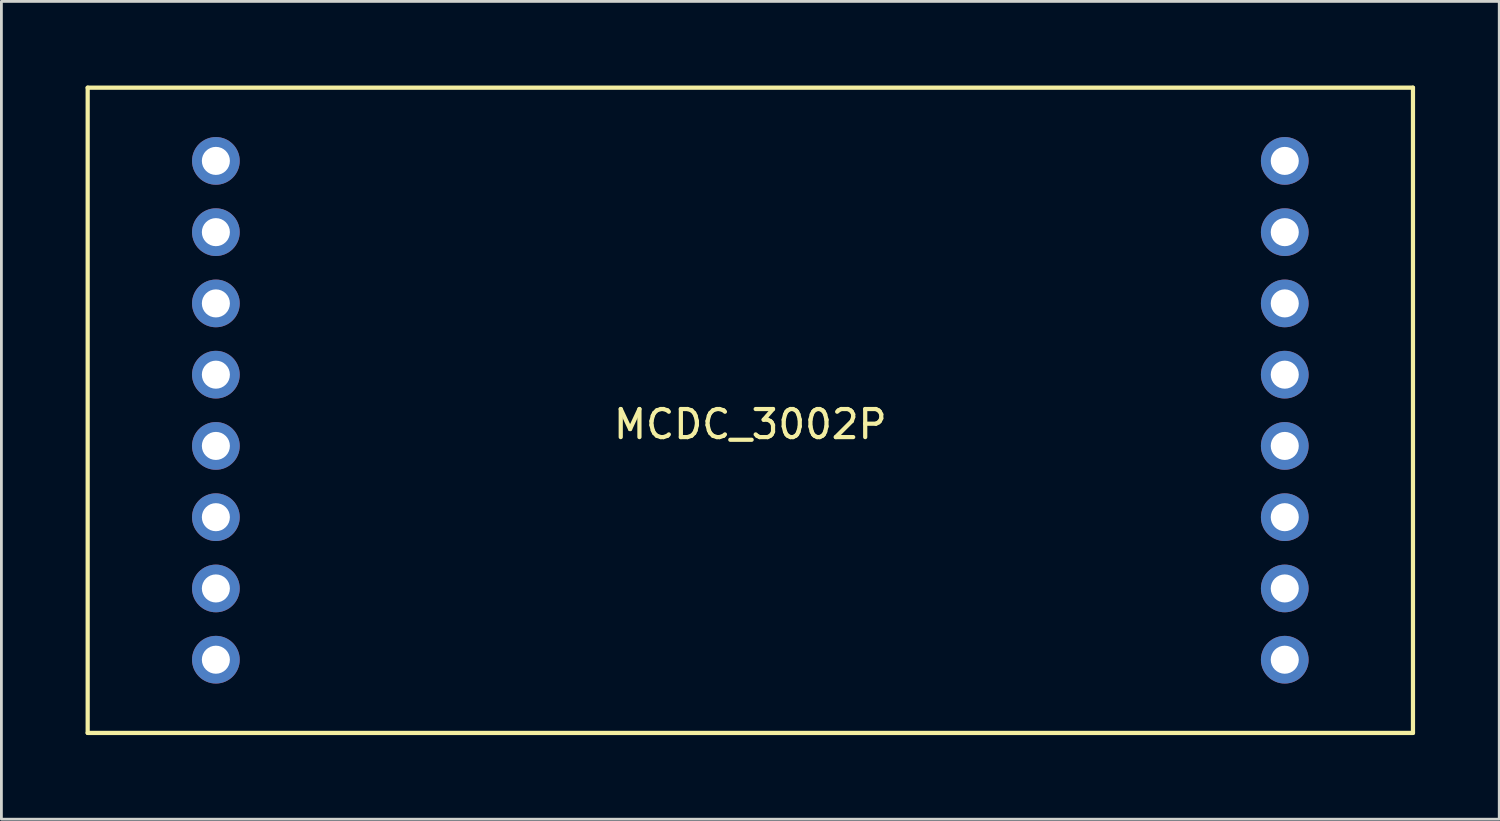
<source format=kicad_pcb>
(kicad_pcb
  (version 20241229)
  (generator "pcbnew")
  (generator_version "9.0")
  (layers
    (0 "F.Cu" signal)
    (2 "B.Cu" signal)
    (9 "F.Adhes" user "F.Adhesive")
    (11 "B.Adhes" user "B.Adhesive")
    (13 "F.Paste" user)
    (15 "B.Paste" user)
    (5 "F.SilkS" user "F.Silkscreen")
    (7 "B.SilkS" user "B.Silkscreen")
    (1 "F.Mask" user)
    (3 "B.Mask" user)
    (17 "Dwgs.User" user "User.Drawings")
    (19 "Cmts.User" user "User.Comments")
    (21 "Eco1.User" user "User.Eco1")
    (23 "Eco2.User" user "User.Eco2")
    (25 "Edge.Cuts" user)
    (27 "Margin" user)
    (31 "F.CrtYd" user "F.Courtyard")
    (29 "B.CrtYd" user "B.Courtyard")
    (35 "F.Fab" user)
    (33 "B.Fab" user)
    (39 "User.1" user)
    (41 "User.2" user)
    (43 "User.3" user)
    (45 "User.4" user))
  (footprint "MCDC_3002P"
    (layer "F.Cu")
    (at 23.695 11.575)
    (property "Reference" "MCDC_3002P" (at 0 0.5 0) (layer "F.SilkS") (effects (font (size 1 1) (thickness 0.15))))
    (attr through_hole)
    (fp_line (start -23.62 -11.5) (end 23.62 -11.5) (stroke (width 0.15) (type solid)) (layer "F.SilkS"))
    (fp_line (start -23.62 11.5) (end -23.62 -11.5) (stroke (width 0.15) (type solid)) (layer "F.SilkS"))
    (fp_line (start 23.62 -11.5) (end 23.62 11.5) (stroke (width 0.15) (type solid)) (layer "F.SilkS"))
    (fp_line (start 23.62 11.5) (end -23.62 11.5) (stroke (width 0.15) (type solid)) (layer "F.SilkS"))
    (pad "1" thru_hole circle (at -19.05 -8.89) (size 1.7 1.7) (drill 1) (layers "*.Cu" "*.Mask"))
    (pad "2" thru_hole circle (at -19.05 -6.35) (size 1.7 1.7) (drill 1) (layers "*.Cu" "*.Mask"))
    (pad "3" thru_hole circle (at -19.05 -3.81) (size 1.7 1.7) (drill 1) (layers "*.Cu" "*.Mask"))
    (pad "4" thru_hole circle (at -19.05 -1.27) (size 1.7 1.7) (drill 1) (layers "*.Cu" "*.Mask"))
    (pad "5" thru_hole circle (at -19.05 1.27) (size 1.7 1.7) (drill 1) (layers "*.Cu" "*.Mask"))
    (pad "6" thru_hole circle (at -19.05 3.81) (size 1.7 1.7) (drill 1) (layers "*.Cu" "*.Mask"))
    (pad "7" thru_hole circle (at -19.05 6.35) (size 1.7 1.7) (drill 1) (layers "*.Cu" "*.Mask"))
    (pad "8" thru_hole circle (at -19.05 8.89) (size 1.7 1.7) (drill 1) (layers "*.Cu" "*.Mask"))
    (pad "9" thru_hole circle (at 19.05 8.89) (size 1.7 1.7) (drill 1) (layers "*.Cu" "*.Mask"))
    (pad "10" thru_hole circle (at 19.05 6.35) (size 1.7 1.7) (drill 1) (layers "*.Cu" "*.Mask"))
    (pad "11" thru_hole circle (at 19.05 3.81) (size 1.7 1.7) (drill 1) (layers "*.Cu" "*.Mask"))
    (pad "12" thru_hole circle (at 19.05 1.27) (size 1.7 1.7) (drill 1) (layers "*.Cu" "*.Mask"))
    (pad "13" thru_hole circle (at 19.05 -1.27) (size 1.7 1.7) (drill 1) (layers "*.Cu" "*.Mask"))
    (pad "14" thru_hole circle (at 19.05 -3.81) (size 1.7 1.7) (drill 1) (layers "*.Cu" "*.Mask"))
    (pad "15" thru_hole circle (at 19.05 -6.35) (size 1.7 1.7) (drill 1) (layers "*.Cu" "*.Mask"))
    (pad "16" thru_hole circle (at 19.05 -8.89) (size 1.7 1.7) (drill 1) (layers "*.Cu" "*.Mask")))
  (gr_rect
    (start -3 -3)
    (end 50.39 26.15)
    (stroke (width 0.1) (type default))
    (fill no)
    (layer "Edge.Cuts")))
</source>
